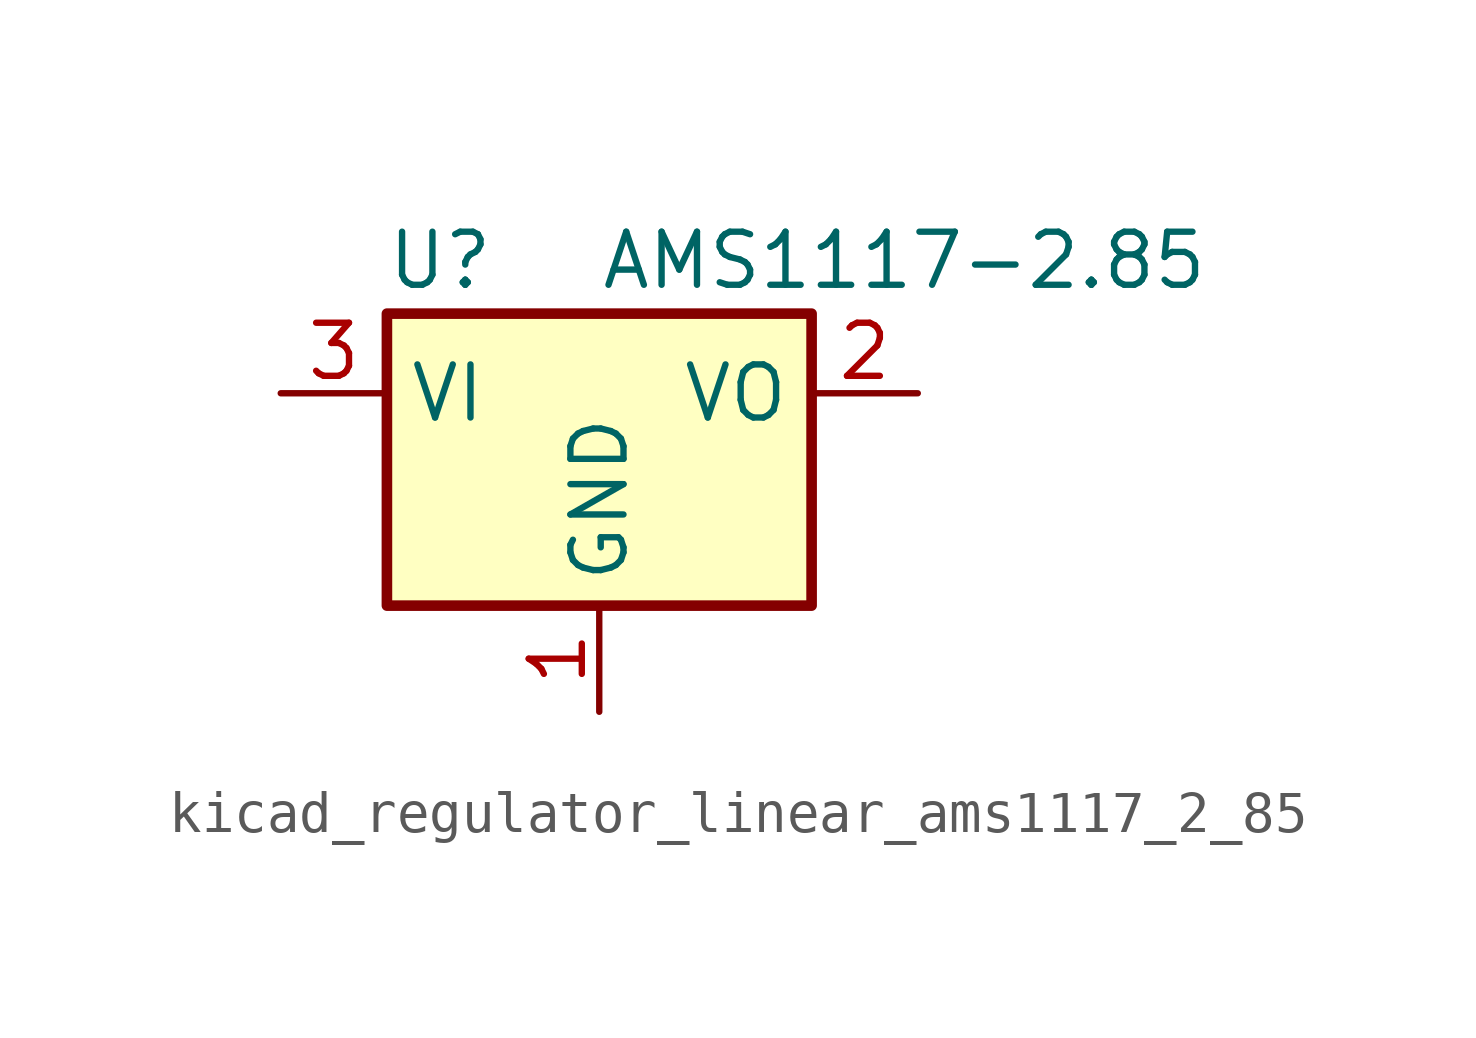
<source format=kicad_sym>
(kicad_symbol_lib
  (version 20220914)
  (generator kicad_symbol_editor)
  (symbol "kicad_regulator_linear_ams1117_2_85"
    (property "Reference" "U"
      (at -3.81 3.175 0)
      (effects (font (size 1.27 1.27))))
    (property "Value" "AMS1117-2.85"
      (at 0 3.175 0)
      (effects (font (size 1.27 1.27)) (justify left)))
    (symbol "kicad_regulator_linear_ams1117_2_85_0_1"
      (rectangle (start -5.08 -5.08) (end 5.08 1.905) (stroke (width 0.254) (type default)) (fill (type background))))
    (symbol "kicad_regulator_linear_ams1117_2_85_1_1"
      (pin power_in line (at 0 -7.62 90) (length 2.54) (name "GND" (effects (font (size 1.27 1.27)))) (number "1" (effects (font (size 1.27 1.27)))))
      (pin power_out line (at 7.62 0 180) (length 2.54) (name "VO" (effects (font (size 1.27 1.27)))) (number "2" (effects (font (size 1.27 1.27)))))
      (pin power_in line (at -7.62 0 0) (length 2.54) (name "VI" (effects (font (size 1.27 1.27)))) (number "3" (effects (font (size 1.27 1.27))))))))
</source>
